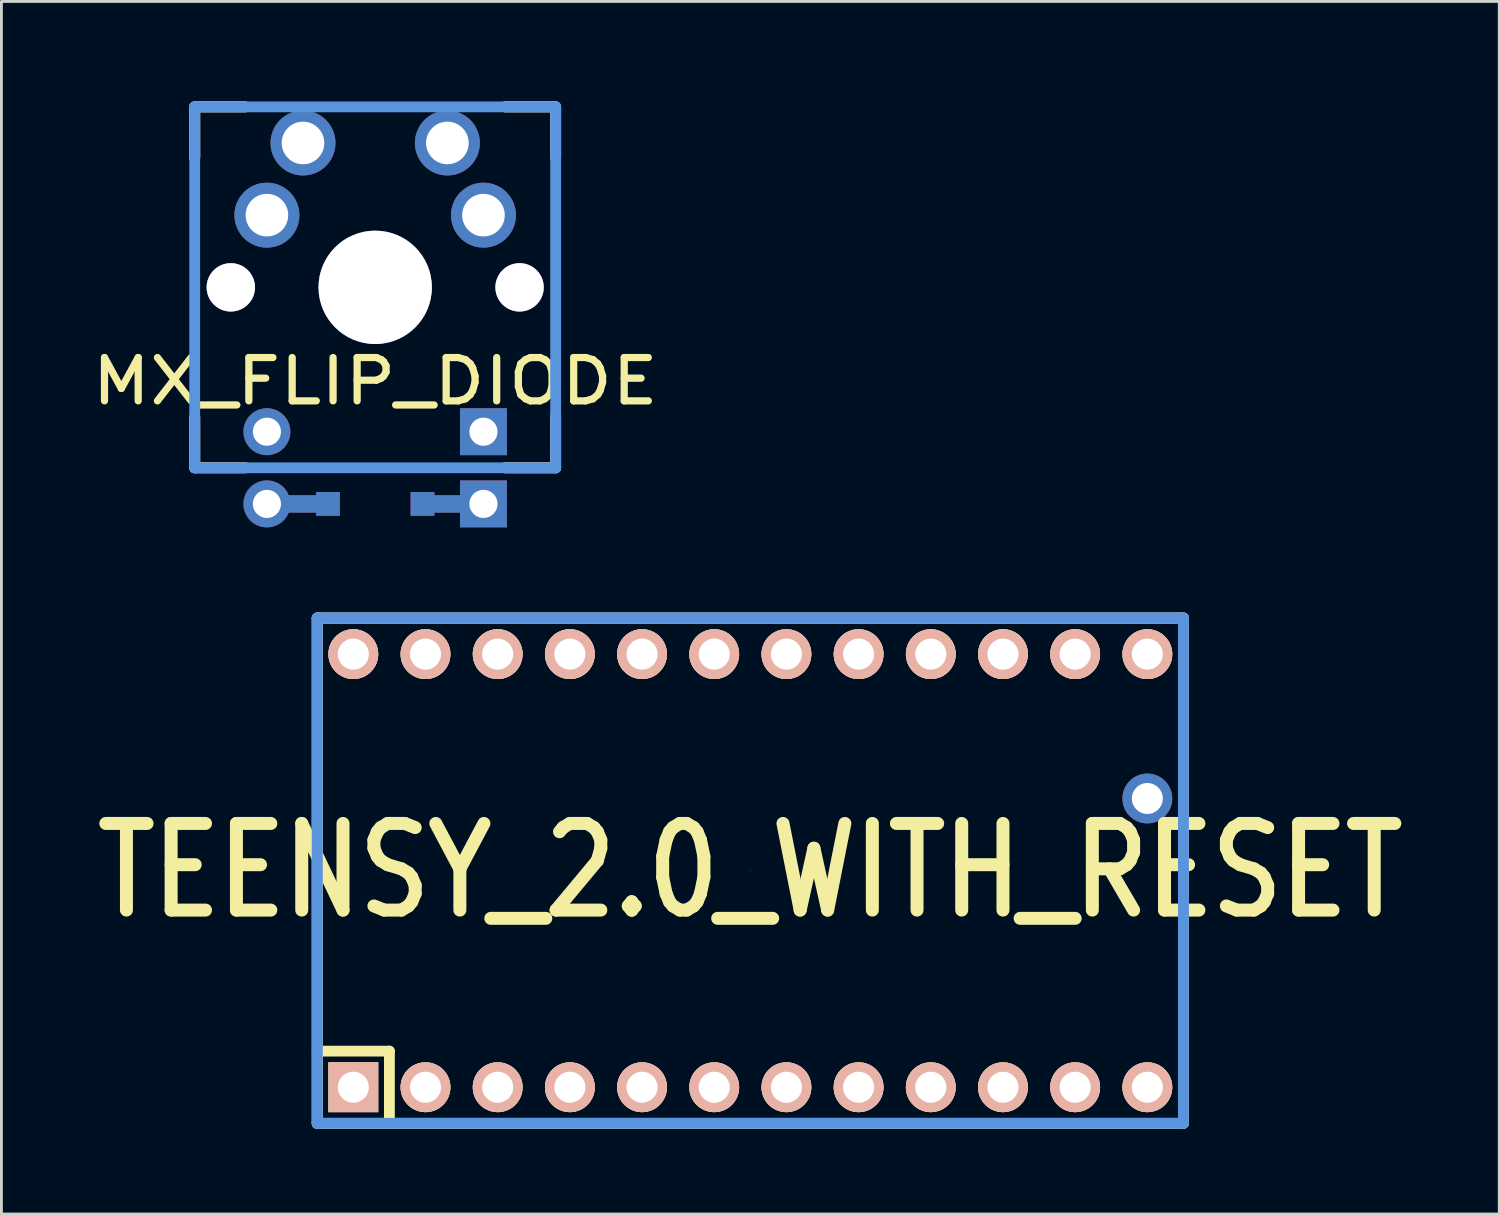
<source format=kicad_pcb>
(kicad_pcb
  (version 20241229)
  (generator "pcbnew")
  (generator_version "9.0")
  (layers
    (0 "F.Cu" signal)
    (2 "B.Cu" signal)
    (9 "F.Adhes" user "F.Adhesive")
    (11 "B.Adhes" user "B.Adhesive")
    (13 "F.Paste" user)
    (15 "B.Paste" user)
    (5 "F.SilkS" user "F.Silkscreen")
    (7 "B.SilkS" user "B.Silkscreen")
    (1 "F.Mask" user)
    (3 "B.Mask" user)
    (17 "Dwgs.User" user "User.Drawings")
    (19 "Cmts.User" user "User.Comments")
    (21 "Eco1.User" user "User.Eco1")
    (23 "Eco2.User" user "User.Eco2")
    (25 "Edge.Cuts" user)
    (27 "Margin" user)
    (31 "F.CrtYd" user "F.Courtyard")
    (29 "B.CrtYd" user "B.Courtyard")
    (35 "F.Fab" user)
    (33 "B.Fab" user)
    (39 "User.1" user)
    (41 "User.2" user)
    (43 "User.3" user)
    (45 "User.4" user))
  (footprint "TEENSY_2.0_WITH_RESET"
    (layer "F.Cu")
    (at 23.352 27.587)
    (property "Reference" "TEENSY_2.0_WITH_RESET" (at 0 0 0) (layer "F.SilkS") (effects (font (size 3.048 2.54) (thickness 0.457))))
    (attr through_hole)
    (fp_line (start -15.24 -8.89) (end -15.24 8.89) (stroke (width 0.381) (type solid)) (layer "F.SilkS"))
    (fp_line (start -15.24 6.35) (end -12.7 6.35) (stroke (width 0.381) (type solid)) (layer "F.SilkS"))
    (fp_line (start -15.24 8.89) (end 15.24 8.89) (stroke (width 0.381) (type solid)) (layer "F.SilkS"))
    (fp_line (start -12.7 6.35) (end -12.7 8.89) (stroke (width 0.381) (type solid)) (layer "F.SilkS"))
    (fp_line (start 15.24 -8.89) (end -15.24 -8.89) (stroke (width 0.381) (type solid)) (layer "F.SilkS"))
    (fp_line (start 15.24 8.89) (end 15.24 -8.89) (stroke (width 0.381) (type solid)) (layer "F.SilkS"))
    (fp_line (start -15.24 -8.89) (end -15.24 8.89) (stroke (width 0.381) (type solid)) (layer "Dwgs.User"))
    (fp_line (start -15.24 8.89) (end 15.24 8.89) (stroke (width 0.381) (type solid)) (layer "Dwgs.User"))
    (fp_line (start 0 0) (end 0 0) (stroke (width 0.025) (type solid)) (layer "Dwgs.User"))
    (fp_line (start 15.24 -8.89) (end -15.24 -8.89) (stroke (width 0.381) (type solid)) (layer "Dwgs.User"))
    (fp_line (start 15.24 8.89) (end 15.24 -8.89) (stroke (width 0.381) (type solid)) (layer "Dwgs.User"))
    (fp_line (start -15.24 -8.89) (end -15.24 8.89) (stroke (width 0.381) (type solid)) (layer "Cmts.User"))
    (fp_line (start -15.24 8.89) (end 15.24 8.89) (stroke (width 0.381) (type solid)) (layer "Cmts.User"))
    (fp_line (start 15.24 -8.89) (end -15.24 -8.89) (stroke (width 0.381) (type solid)) (layer "Cmts.User"))
    (fp_line (start 15.24 8.89) (end 15.24 -8.89) (stroke (width 0.381) (type solid)) (layer "Cmts.User"))
    (pad "1" thru_hole rect (at -13.97 7.62) (size 1.753 1.753) (drill 1.092) (layers "*.Cu" "*.SilkS" "*.Mask"))
    (pad "2" thru_hole circle (at -11.43 7.62) (size 1.753 1.753) (drill 1.092) (layers "*.Cu" "*.SilkS" "*.Mask"))
    (pad "3" thru_hole circle (at -8.89 7.62) (size 1.753 1.753) (drill 1.092) (layers "*.Cu" "*.SilkS" "*.Mask"))
    (pad "4" thru_hole circle (at -6.35 7.62) (size 1.753 1.753) (drill 1.092) (layers "*.Cu" "*.SilkS" "*.Mask"))
    (pad "5" thru_hole circle (at -3.81 7.62) (size 1.753 1.753) (drill 1.092) (layers "*.Cu" "*.SilkS" "*.Mask"))
    (pad "6" thru_hole circle (at -1.27 7.62) (size 1.753 1.753) (drill 1.092) (layers "*.Cu" "*.SilkS" "*.Mask"))
    (pad "7" thru_hole circle (at 1.27 7.62) (size 1.753 1.753) (drill 1.092) (layers "*.Cu" "*.SilkS" "*.Mask"))
    (pad "8" thru_hole circle (at 3.81 7.62) (size 1.753 1.753) (drill 1.092) (layers "*.Cu" "*.SilkS" "*.Mask"))
    (pad "9" thru_hole circle (at 6.35 7.62) (size 1.753 1.753) (drill 1.092) (layers "*.Cu" "*.SilkS" "*.Mask"))
    (pad "10" thru_hole circle (at 8.89 7.62) (size 1.753 1.753) (drill 1.092) (layers "*.Cu" "*.SilkS" "*.Mask"))
    (pad "11" thru_hole circle (at 11.43 7.62) (size 1.753 1.753) (drill 1.092) (layers "*.Cu" "*.SilkS" "*.Mask"))
    (pad "12" thru_hole circle (at 13.97 7.62) (size 1.753 1.753) (drill 1.092) (layers "*.Cu" "*.SilkS" "*.Mask"))
    (pad "16" thru_hole circle (at 13.97 -2.54) (size 1.753 1.753) (drill 1.09) (layers "*.Cu" "*.Mask"))
    (pad "18" thru_hole circle (at 13.97 -7.62) (size 1.753 1.753) (drill 1.09) (layers "*.Cu" "*.SilkS" "*.Mask"))
    (pad "19" thru_hole circle (at 11.43 -7.62) (size 1.753 1.753) (drill 1.092) (layers "*.Cu" "*.SilkS" "*.Mask"))
    (pad "20" thru_hole circle (at 8.89 -7.62) (size 1.753 1.753) (drill 1.092) (layers "*.Cu" "*.SilkS" "*.Mask"))
    (pad "21" thru_hole circle (at 6.35 -7.62) (size 1.753 1.753) (drill 1.092) (layers "*.Cu" "*.SilkS" "*.Mask"))
    (pad "22" thru_hole circle (at 3.81 -7.62) (size 1.753 1.753) (drill 1.092) (layers "*.Cu" "*.SilkS" "*.Mask"))
    (pad "23" thru_hole circle (at 1.27 -7.62) (size 1.753 1.753) (drill 1.092) (layers "*.Cu" "*.SilkS" "*.Mask"))
    (pad "24" thru_hole circle (at -1.27 -7.62) (size 1.753 1.753) (drill 1.092) (layers "*.Cu" "*.SilkS" "*.Mask"))
    (pad "25" thru_hole circle (at -3.81 -7.62) (size 1.753 1.753) (drill 1.092) (layers "*.Cu" "*.SilkS" "*.Mask"))
    (pad "26" thru_hole circle (at -6.35 -7.62) (size 1.753 1.753) (drill 1.092) (layers "*.Cu" "*.SilkS" "*.Mask"))
    (pad "27" thru_hole circle (at -8.89 -7.62) (size 1.753 1.753) (drill 1.092) (layers "*.Cu" "*.SilkS" "*.Mask"))
    (pad "28" thru_hole circle (at -11.43 -7.62) (size 1.753 1.753) (drill 1.092) (layers "*.Cu" "*.SilkS" "*.Mask"))
    (pad "29" thru_hole circle (at -13.97 -7.62) (size 1.753 1.753) (drill 1.092) (layers "*.Cu" "*.SilkS" "*.Mask")))
  (footprint "MX_FLIP_DIODE"
    (layer "F.Cu")
    (at 10.152 7.061)
    (property "Reference" "MX_FLIP_DIODE" (at 0 3.302 0) (layer "F.SilkS") (effects (font (size 1.524 1.778) (thickness 0.254))))
    (attr through_hole)
    (fp_line (start -3.81 7.62) (end -1.664 7.62) (stroke (width 0.61) (type solid)) (layer "F.Cu"))
    (fp_line (start 1.664 7.62) (end 3.81 7.62) (stroke (width 0.61) (type solid)) (layer "F.Cu"))
    (fp_line (start -3.81 7.62) (end -1.664 7.62) (stroke (width 0.61) (type solid)) (layer "B.Cu"))
    (fp_line (start 1.664 7.62) (end 3.81 7.62) (stroke (width 0.61) (type solid)) (layer "B.Cu"))
    (fp_line (start -6.35 -6.35) (end -4.572 -6.35) (stroke (width 0.381) (type solid)) (layer "F.SilkS"))
    (fp_line (start -6.35 -4.572) (end -6.35 -6.35) (stroke (width 0.381) (type solid)) (layer "F.SilkS"))
    (fp_line (start -6.35 6.35) (end -6.35 4.572) (stroke (width 0.381) (type solid)) (layer "F.SilkS"))
    (fp_line (start -4.572 6.35) (end -6.35 6.35) (stroke (width 0.381) (type solid)) (layer "F.SilkS"))
    (fp_line (start 4.572 -6.35) (end 6.35 -6.35) (stroke (width 0.381) (type solid)) (layer "F.SilkS"))
    (fp_line (start 6.35 -6.35) (end 6.35 -4.572) (stroke (width 0.381) (type solid)) (layer "F.SilkS"))
    (fp_line (start 6.35 4.572) (end 6.35 6.35) (stroke (width 0.381) (type solid)) (layer "F.SilkS"))
    (fp_line (start 6.35 6.35) (end 4.572 6.35) (stroke (width 0.381) (type solid)) (layer "F.SilkS"))
    (fp_line (start -6.35 -6.35) (end -4.572 -6.35) (stroke (width 0.381) (type solid)) (layer "B.SilkS"))
    (fp_line (start -6.35 -4.572) (end -6.35 -6.35) (stroke (width 0.381) (type solid)) (layer "B.SilkS"))
    (fp_line (start -6.35 6.35) (end -6.35 4.572) (stroke (width 0.381) (type solid)) (layer "B.SilkS"))
    (fp_line (start -4.572 6.35) (end -6.35 6.35) (stroke (width 0.381) (type solid)) (layer "B.SilkS"))
    (fp_line (start 4.572 -6.35) (end 6.35 -6.35) (stroke (width 0.381) (type solid)) (layer "B.SilkS"))
    (fp_line (start 6.35 -6.35) (end 6.35 -4.572) (stroke (width 0.381) (type solid)) (layer "B.SilkS"))
    (fp_line (start 6.35 4.572) (end 6.35 6.35) (stroke (width 0.381) (type solid)) (layer "B.SilkS"))
    (fp_line (start 6.35 6.35) (end 4.572 6.35) (stroke (width 0.381) (type solid)) (layer "B.SilkS"))
    (fp_line (start -6.35 -6.35) (end 6.35 -6.35) (stroke (width 0.381) (type solid)) (layer "Cmts.User"))
    (fp_line (start -6.35 6.35) (end -6.35 -6.35) (stroke (width 0.381) (type solid)) (layer "Cmts.User"))
    (fp_line (start 6.35 -6.35) (end 6.35 6.35) (stroke (width 0.381) (type solid)) (layer "Cmts.User"))
    (fp_line (start 6.35 6.35) (end -6.35 6.35) (stroke (width 0.381) (type solid)) (layer "Cmts.User"))
    (fp_line (start -7.798 -6.005) (end -6.985 -6.005) (stroke (width 0.152) (type solid)) (layer "Eco2.User"))
    (fp_line (start -7.798 -2.504) (end -7.798 -6.005) (stroke (width 0.152) (type solid)) (layer "Eco2.User"))
    (fp_line (start -7.798 2.504) (end -6.985 2.504) (stroke (width 0.152) (type solid)) (layer "Eco2.User"))
    (fp_line (start -7.798 6.005) (end -7.798 2.504) (stroke (width 0.152) (type solid)) (layer "Eco2.User"))
    (fp_line (start -6.985 -6.985) (end 6.985 -6.985) (stroke (width 0.152) (type solid)) (layer "Eco2.User"))
    (fp_line (start -6.985 -6.005) (end -6.985 -6.985) (stroke (width 0.152) (type solid)) (layer "Eco2.User"))
    (fp_line (start -6.985 -2.504) (end -7.798 -2.504) (stroke (width 0.152) (type solid)) (layer "Eco2.User"))
    (fp_line (start -6.985 2.504) (end -6.985 -2.504) (stroke (width 0.152) (type solid)) (layer "Eco2.User"))
    (fp_line (start -6.985 6.005) (end -7.798 6.005) (stroke (width 0.152) (type solid)) (layer "Eco2.User"))
    (fp_line (start -6.985 6.985) (end -6.985 6.005) (stroke (width 0.152) (type solid)) (layer "Eco2.User"))
    (fp_line (start 6.985 -6.985) (end 6.985 -6.005) (stroke (width 0.152) (type solid)) (layer "Eco2.User"))
    (fp_line (start 6.985 -6.005) (end 7.798 -6.005) (stroke (width 0.152) (type solid)) (layer "Eco2.User"))
    (fp_line (start 6.985 -2.504) (end 6.985 2.504) (stroke (width 0.152) (type solid)) (layer "Eco2.User"))
    (fp_line (start 6.985 2.504) (end 7.798 2.504) (stroke (width 0.152) (type solid)) (layer "Eco2.User"))
    (fp_line (start 6.985 6.005) (end 6.985 6.985) (stroke (width 0.152) (type solid)) (layer "Eco2.User"))
    (fp_line (start 6.985 6.985) (end -6.985 6.985) (stroke (width 0.152) (type solid)) (layer "Eco2.User"))
    (fp_line (start 7.798 -6.005) (end 7.798 -2.504) (stroke (width 0.152) (type solid)) (layer "Eco2.User"))
    (fp_line (start 7.798 -2.504) (end 6.985 -2.504) (stroke (width 0.152) (type solid)) (layer "Eco2.User"))
    (fp_line (start 7.798 2.504) (end 7.798 6.005) (stroke (width 0.152) (type solid)) (layer "Eco2.User"))
    (fp_line (start 7.798 6.005) (end 6.985 6.005) (stroke (width 0.152) (type solid)) (layer "Eco2.User"))
    (pad "0" thru_hole circle (at -5.08 0) (size 1.702 1.702) (drill 1.702) (layers "*.Cu" "*.Mask"))
    (pad "0" thru_hole circle (at 0 0) (size 3.988 3.988) (drill 3.988) (layers "*.Cu" "*.Mask"))
    (pad "0" thru_hole circle (at 5.08 0) (size 1.702 1.702) (drill 1.702) (layers "*.Cu" "*.Mask"))
    (pad "1" thru_hole circle (at 2.54 -5.08) (size 2.286 2.286) (drill 1.499) (layers "*.Cu" "*.Mask"))
    (pad "1" thru_hole circle (at 3.81 -2.54) (size 2.286 2.286) (drill 1.499) (layers "*.Cu" "*.Mask"))
    (pad "2" thru_hole circle (at -3.81 -2.54) (size 2.286 2.286) (drill 1.499) (layers "*.Cu" "*.Mask"))
    (pad "2" thru_hole circle (at -2.54 -5.08) (size 2.286 2.286) (drill 1.499) (layers "*.Cu" "*.Mask"))
    (pad "3" thru_hole circle (at -3.81 5.08) (size 1.651 1.651) (drill 0.991) (layers "*.Cu" "*.Mask"))
    (pad "3" thru_hole circle (at -3.81 7.62) (size 1.651 1.651) (drill 0.991) (layers "*.Cu" "*.Mask"))
    (pad "4" thru_hole rect (at 3.81 5.08) (size 1.651 1.651) (drill 0.991) (layers "*.Cu" "*.Mask"))
    (pad "4" thru_hole rect (at 3.81 7.62) (size 1.651 1.651) (drill 0.991) (layers "*.Cu" "*.Mask"))
    (pad "99" smd rect (at -1.664 7.62) (size 0.838 0.838) (layers "F.Cu" "F.Mask" "F.Paste"))
    (pad "99" smd rect (at -1.664 7.62) (size 0.838 0.838) (layers "B.Cu" "B.Mask" "B.Paste"))
    (pad "99" smd rect (at 1.664 7.62) (size 0.838 0.838) (layers "F.Cu" "F.Mask" "F.Paste"))
    (pad "99" smd rect (at 1.664 7.62) (size 0.838 0.838) (layers "B.Cu" "B.Mask" "B.Paste")))
  (gr_rect
    (start -3 -3)
    (end 49.705 39.668)
    (stroke (width 0.1) (type default))
    (fill no)
    (layer "Edge.Cuts")))
</source>
